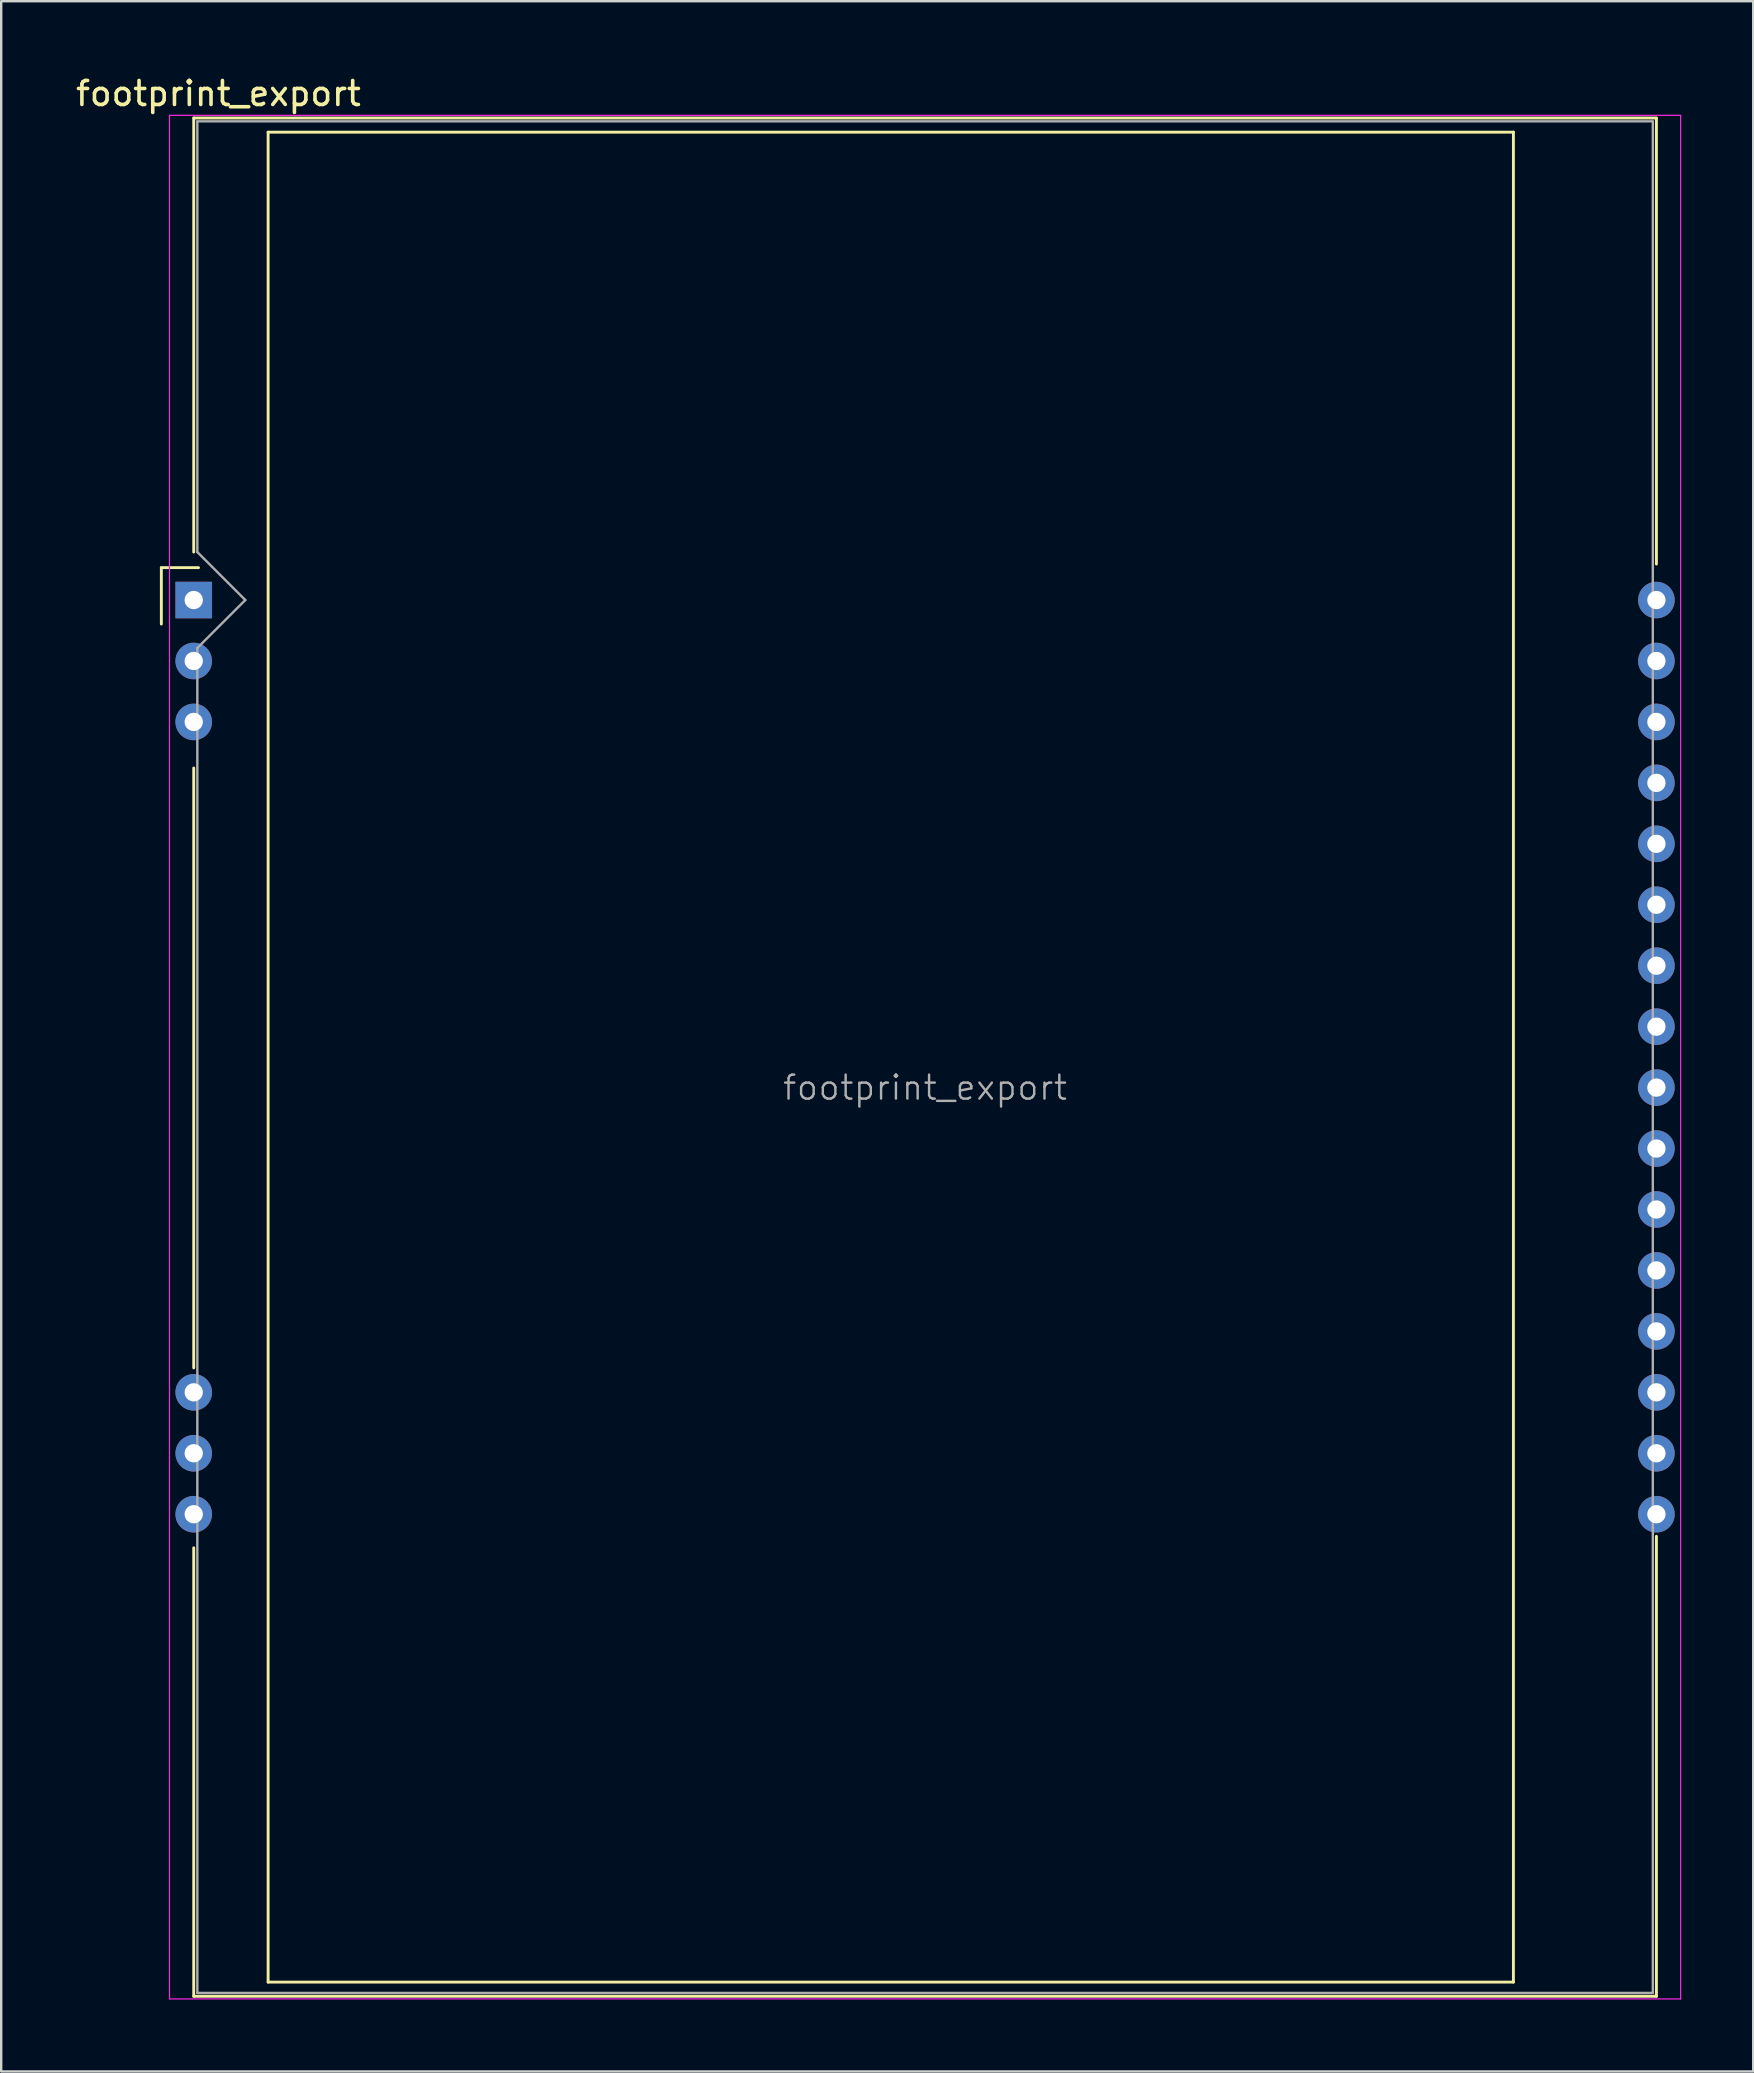
<source format=kicad_pcb>
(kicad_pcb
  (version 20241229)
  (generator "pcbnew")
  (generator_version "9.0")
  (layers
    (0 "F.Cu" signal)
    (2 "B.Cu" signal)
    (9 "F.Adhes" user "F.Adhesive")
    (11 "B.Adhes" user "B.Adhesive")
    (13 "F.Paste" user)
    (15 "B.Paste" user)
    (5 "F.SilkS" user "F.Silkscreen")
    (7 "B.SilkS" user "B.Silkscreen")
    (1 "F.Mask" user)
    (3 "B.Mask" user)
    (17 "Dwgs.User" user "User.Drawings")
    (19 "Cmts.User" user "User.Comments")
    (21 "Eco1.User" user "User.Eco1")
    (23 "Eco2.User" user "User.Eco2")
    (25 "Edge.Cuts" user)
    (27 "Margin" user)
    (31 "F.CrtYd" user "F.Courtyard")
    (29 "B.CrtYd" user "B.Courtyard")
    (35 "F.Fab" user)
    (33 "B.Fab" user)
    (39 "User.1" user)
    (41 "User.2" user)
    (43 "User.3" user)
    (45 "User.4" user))
  (footprint "footprint_export"
    (layer "F.Cu")
    (at 5.024 21.958)
    (property "Reference" "footprint_export" (at 1.03 -21.11 0) (layer "F.SilkS") (effects (font (size 1 1) (thickness 0.15))))
    (attr through_hole)
    (fp_line (start -1.35 -1.35) (end -1.35 1) (stroke (width 0.12) (type solid)) (layer "F.SilkS"))
    (fp_line (start 0 -20.09) (end 0 -2) (stroke (width 0.12) (type solid)) (layer "F.SilkS"))
    (fp_line (start 0 7) (end 0 32) (stroke (width 0.12) (type solid)) (layer "F.SilkS"))
    (fp_line (start 0 39.5) (end 0 58.19) (stroke (width 0.12) (type solid)) (layer "F.SilkS"))
    (fp_line (start 0 58.19) (end 60.96 58.19) (stroke (width 0.12) (type solid)) (layer "F.SilkS"))
    (fp_line (start 0.2 -1.35) (end -1.35 -1.35) (stroke (width 0.12) (type solid)) (layer "F.SilkS"))
    (fp_line (start 3.1 -19.5) (end 3.1 57.6) (stroke (width 0.12) (type solid)) (layer "F.SilkS"))
    (fp_line (start 3.1 57.6) (end 55 57.6) (stroke (width 0.12) (type solid)) (layer "F.SilkS"))
    (fp_line (start 55 -19.5) (end 3.1 -19.5) (stroke (width 0.12) (type solid)) (layer "F.SilkS"))
    (fp_line (start 55 57.6) (end 55 -19.5) (stroke (width 0.12) (type solid)) (layer "F.SilkS"))
    (fp_line (start 60.96 -20.09) (end 0 -20.09) (stroke (width 0.12) (type solid)) (layer "F.SilkS"))
    (fp_line (start 60.96 -1.5) (end 60.96 -20.08) (stroke (width 0.12) (type solid)) (layer "F.SilkS"))
    (fp_line (start 60.96 58.19) (end 60.96 39.02) (stroke (width 0.12) (type solid)) (layer "F.SilkS"))
    (fp_line (start -1.01 -20.2) (end 61.97 -20.2) (stroke (width 0.05) (type solid)) (layer "F.CrtYd"))
    (fp_line (start -1.01 58.3) (end -1.01 -20.2) (stroke (width 0.05) (type solid)) (layer "F.CrtYd"))
    (fp_line (start 61.97 -20.2) (end 61.97 58.3) (stroke (width 0.05) (type solid)) (layer "F.CrtYd"))
    (fp_line (start 61.97 58.3) (end -1.01 58.3) (stroke (width 0.05) (type solid)) (layer "F.CrtYd"))
    (fp_line (start 0.15 -19.95) (end 60.81 -19.95) (stroke (width 0.1) (type solid)) (layer "F.Fab"))
    (fp_line (start 0.15 -2) (end 0.15 -19.95) (stroke (width 0.1) (type solid)) (layer "F.Fab"))
    (fp_line (start 0.15 -2) (end 2.15 0) (stroke (width 0.1) (type solid)) (layer "F.Fab"))
    (fp_line (start 0.15 2) (end 0.15 58.05) (stroke (width 0.1) (type solid)) (layer "F.Fab"))
    (fp_line (start 2.15 0) (end 0.15 2) (stroke (width 0.1) (type solid)) (layer "F.Fab"))
    (fp_line (start 60.81 -19.95) (end 60.81 58.05) (stroke (width 0.1) (type solid)) (layer "F.Fab"))
    (fp_line (start 60.81 58.05) (end 0.15 58.05) (stroke (width 0.1) (type solid)) (layer "F.Fab"))
    (fp_text user "${REFERENCE}" (at 30.48 20.32 0) (layer "F.Fab") (effects (font (size 1 1) (thickness 0.1))))
    (pad "1" thru_hole rect (at 0 0) (size 1.524 1.524) (drill 0.762) (layers "*.Cu" "*.Mask"))
    (pad "2" thru_hole circle (at 0 2.54) (size 1.524 1.524) (drill 0.762) (layers "*.Cu" "*.Mask"))
    (pad "3" thru_hole circle (at 0 5.08) (size 1.524 1.524) (drill 0.762) (layers "*.Cu" "*.Mask"))
    (pad "14" thru_hole circle (at 0 33.02) (size 1.524 1.524) (drill 0.762) (layers "*.Cu" "*.Mask"))
    (pad "15" thru_hole circle (at 0 35.56) (size 1.524 1.524) (drill 0.762) (layers "*.Cu" "*.Mask"))
    (pad "16" thru_hole circle (at 0 38.1) (size 1.524 1.524) (drill 0.762) (layers "*.Cu" "*.Mask"))
    (pad "17" thru_hole circle (at 60.96 38.1) (size 1.524 1.524) (drill 0.762) (layers "*.Cu" "*.Mask"))
    (pad "18" thru_hole circle (at 60.96 35.56) (size 1.524 1.524) (drill 0.762) (layers "*.Cu" "*.Mask"))
    (pad "19" thru_hole circle (at 60.96 33.02) (size 1.524 1.524) (drill 0.762) (layers "*.Cu" "*.Mask"))
    (pad "20" thru_hole circle (at 60.96 30.48) (size 1.524 1.524) (drill 0.762) (layers "*.Cu" "*.Mask"))
    (pad "21" thru_hole circle (at 60.96 27.94) (size 1.524 1.524) (drill 0.762) (layers "*.Cu" "*.Mask"))
    (pad "22" thru_hole circle (at 60.96 25.4) (size 1.524 1.524) (drill 0.762) (layers "*.Cu" "*.Mask"))
    (pad "23" thru_hole circle (at 60.96 22.86) (size 1.524 1.524) (drill 0.762) (layers "*.Cu" "*.Mask"))
    (pad "24" thru_hole circle (at 60.96 20.32) (size 1.524 1.524) (drill 0.762) (layers "*.Cu" "*.Mask"))
    (pad "25" thru_hole circle (at 60.96 17.78) (size 1.524 1.524) (drill 0.762) (layers "*.Cu" "*.Mask"))
    (pad "26" thru_hole circle (at 60.96 15.24) (size 1.524 1.524) (drill 0.762) (layers "*.Cu" "*.Mask"))
    (pad "27" thru_hole circle (at 60.96 12.7) (size 1.524 1.524) (drill 0.762) (layers "*.Cu" "*.Mask"))
    (pad "28" thru_hole circle (at 60.96 10.16) (size 1.524 1.524) (drill 0.762) (layers "*.Cu" "*.Mask"))
    (pad "29" thru_hole circle (at 60.96 7.62) (size 1.524 1.524) (drill 0.762) (layers "*.Cu" "*.Mask"))
    (pad "30" thru_hole circle (at 60.96 5.08) (size 1.524 1.524) (drill 0.762) (layers "*.Cu" "*.Mask"))
    (pad "31" thru_hole circle (at 60.96 2.54) (size 1.524 1.524) (drill 0.762) (layers "*.Cu" "*.Mask"))
    (pad "32" thru_hole circle (at 60.96 0) (size 1.524 1.524) (drill 0.762) (layers "*.Cu" "*.Mask")))
  (gr_rect
    (start -3 -3)
    (end 70.019 83.283)
    (stroke (width 0.1) (type default))
    (fill no)
    (layer "Edge.Cuts")))
</source>
